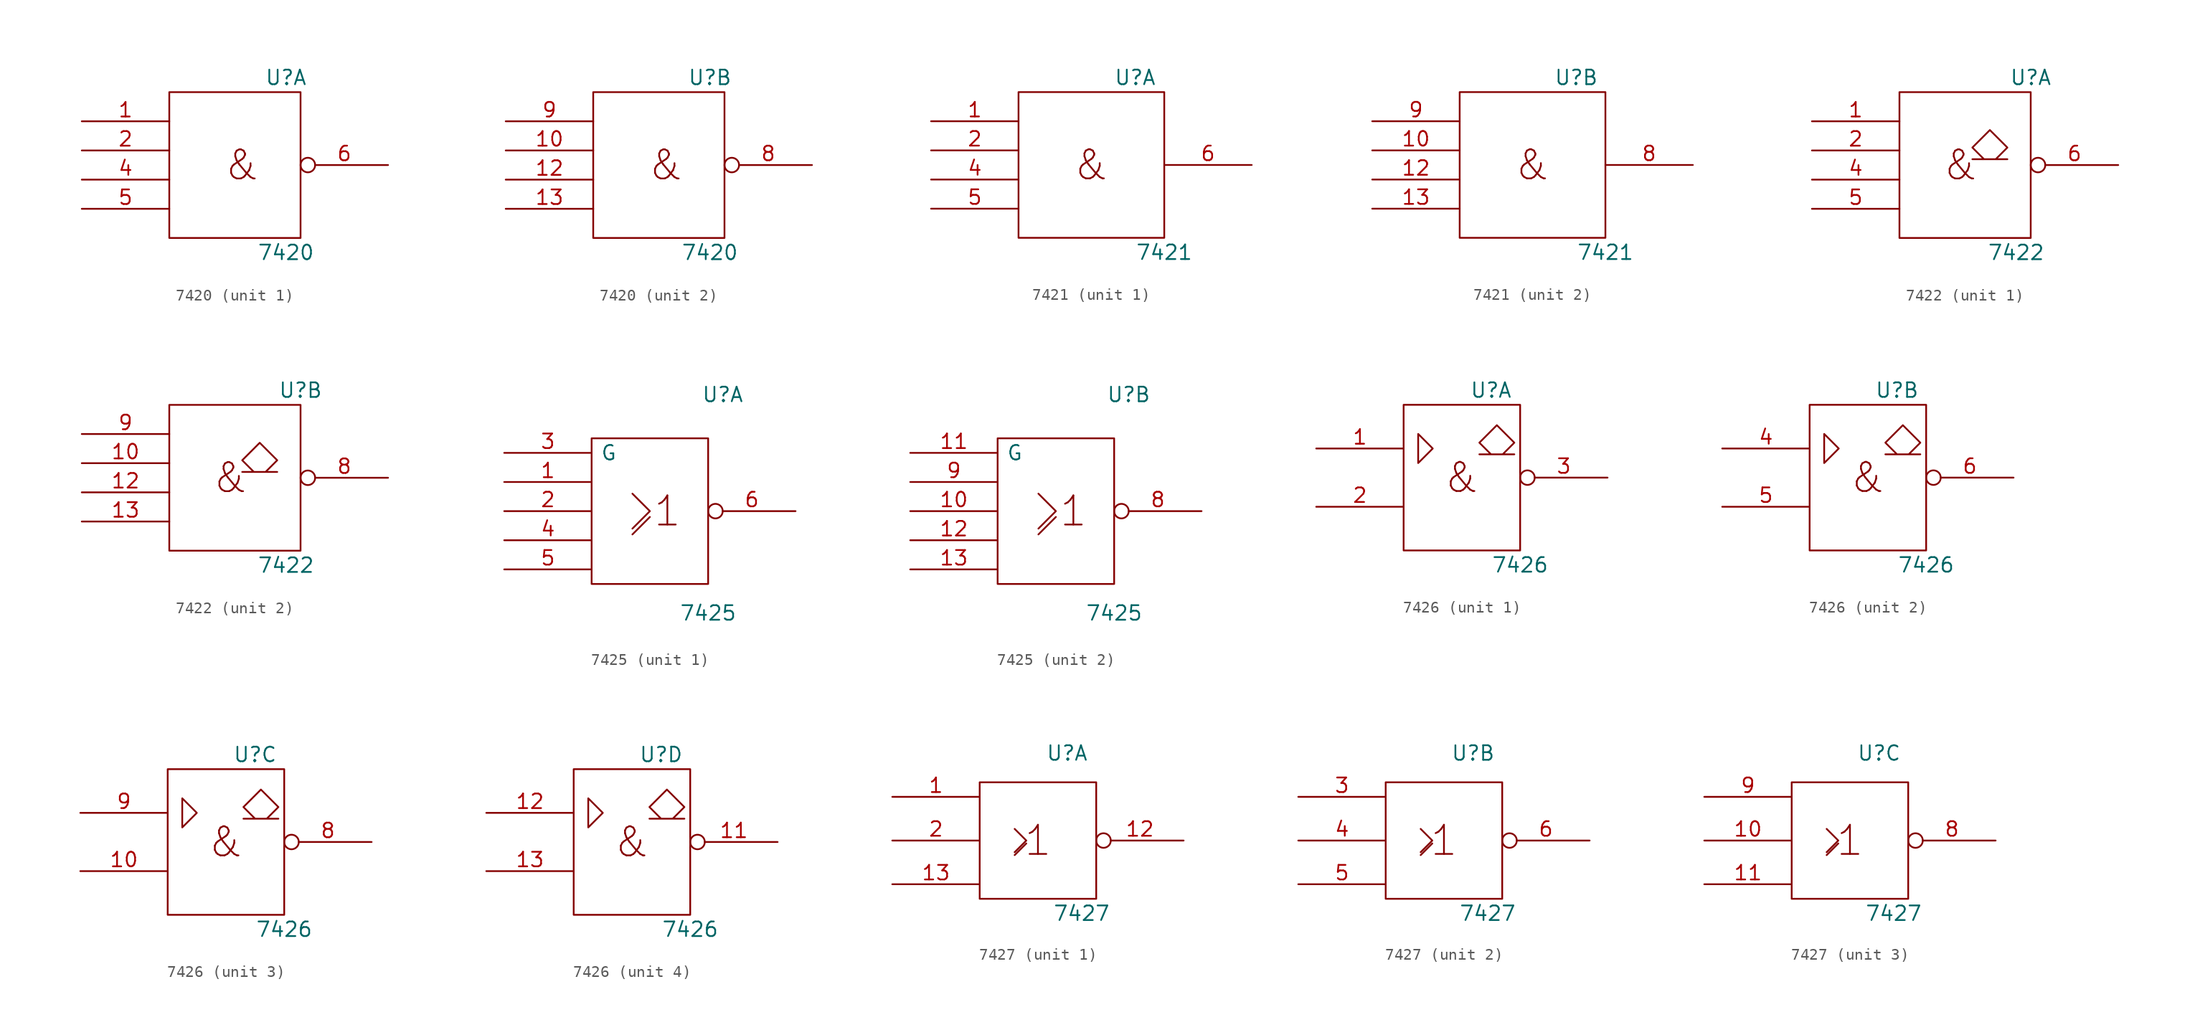
<source format=kicad_sym>
(kicad_symbol_lib
  (version 20201005)
  (generator kicad_symbol_editor)
  (symbol "74xx_IEEE:7420"
    (pin_names
      (offset 0.762))
    (property "Reference" "U"
      (at 3.81 7.62 0)
      (effects (font (size 1.27 1.27))))
    (property "Value" "7420"
      (at 3.81 -7.62 0)
      (effects (font (size 1.27 1.27))))
    (symbol "7420_0_0"
      (text "&" (at 0 0 0) (effects (font (size 2.54 2.54)))))
    (symbol "7420_0_1"
      (rectangle (start -6.35 6.35) (end 5.08 -6.35) (stroke (width 0)) (fill (type none)))
      (pin power_in line (at 0 6.35 270) (length 0) hide (name "Vcc" (effects (font (size 1.27 1.27)))) (number "14" (effects (font (size 1.27 1.27)))))
      (pin power_in line (at 0 -6.35 90) (length 0) hide (name "Gnd" (effects (font (size 1.27 1.27)))) (number "7" (effects (font (size 1.27 1.27))))))
    (symbol "7420_1_1"
      (pin input line (at -13.97 3.81 0) (length 7.62) (name "~" (effects (font (size 1.27 1.27)))) (number "1" (effects (font (size 1.27 1.27)))))
      (pin input line (at -13.97 1.27 0) (length 7.62) (name "~" (effects (font (size 1.27 1.27)))) (number "2" (effects (font (size 1.27 1.27)))))
      (pin input line (at -13.97 -1.27 0) (length 7.62) (name "~" (effects (font (size 1.27 1.27)))) (number "4" (effects (font (size 1.27 1.27)))))
      (pin input line (at -13.97 -3.81 0) (length 7.62) (name "~" (effects (font (size 1.27 1.27)))) (number "5" (effects (font (size 1.27 1.27)))))
      (pin output inverted (at 12.7 0 180) (length 7.62) (name "~" (effects (font (size 1.27 1.27)))) (number "6" (effects (font (size 1.27 1.27))))))
    (symbol "7420_2_1"
      (pin input line (at -13.97 1.27 0) (length 7.62) (name "~" (effects (font (size 1.27 1.27)))) (number "10" (effects (font (size 1.27 1.27)))))
      (pin input line (at -13.97 -1.27 0) (length 7.62) (name "~" (effects (font (size 1.27 1.27)))) (number "12" (effects (font (size 1.27 1.27)))))
      (pin input line (at -13.97 -3.81 0) (length 7.62) (name "~" (effects (font (size 1.27 1.27)))) (number "13" (effects (font (size 1.27 1.27)))))
      (pin output inverted (at 12.7 0 180) (length 7.62) (name "~" (effects (font (size 1.27 1.27)))) (number "8" (effects (font (size 1.27 1.27)))))
      (pin input line (at -13.97 3.81 0) (length 7.62) (name "~" (effects (font (size 1.27 1.27)))) (number "9" (effects (font (size 1.27 1.27)))))))
  (symbol "74xx_IEEE:7421"
    (pin_names
      (offset 0.762))
    (property "Reference" "U"
      (at 3.81 7.62 0)
      (effects (font (size 1.27 1.27))))
    (property "Value" "7421"
      (at 6.35 -7.62 0)
      (effects (font (size 1.27 1.27))))
    (symbol "7421_0_0"
      (text "&" (at 0 0 0) (effects (font (size 2.54 2.54)))))
    (symbol "7421_0_1"
      (rectangle (start -6.35 6.35) (end 6.35 -6.35) (stroke (width 0)) (fill (type none)))
      (pin power_in line (at 0 6.35 270) (length 0) hide (name "Vcc" (effects (font (size 1.27 1.27)))) (number "14" (effects (font (size 1.27 1.27)))))
      (pin power_in line (at 0 -6.35 90) (length 0) hide (name "Gnd" (effects (font (size 1.27 1.27)))) (number "7" (effects (font (size 1.27 1.27))))))
    (symbol "7421_1_1"
      (pin input line (at -13.97 3.81 0) (length 7.62) (name "~" (effects (font (size 1.27 1.27)))) (number "1" (effects (font (size 1.27 1.27)))))
      (pin input line (at -13.97 1.27 0) (length 7.62) (name "~" (effects (font (size 1.27 1.27)))) (number "2" (effects (font (size 1.27 1.27)))))
      (pin input line (at -13.97 -1.27 0) (length 7.62) (name "~" (effects (font (size 1.27 1.27)))) (number "4" (effects (font (size 1.27 1.27)))))
      (pin input line (at -13.97 -3.81 0) (length 7.62) (name "~" (effects (font (size 1.27 1.27)))) (number "5" (effects (font (size 1.27 1.27)))))
      (pin output line (at 13.97 0 180) (length 7.62) (name "~" (effects (font (size 1.27 1.27)))) (number "6" (effects (font (size 1.27 1.27))))))
    (symbol "7421_2_1"
      (pin input line (at -13.97 1.27 0) (length 7.62) (name "~" (effects (font (size 1.27 1.27)))) (number "10" (effects (font (size 1.27 1.27)))))
      (pin input line (at -13.97 -1.27 0) (length 7.62) (name "~" (effects (font (size 1.27 1.27)))) (number "12" (effects (font (size 1.27 1.27)))))
      (pin input line (at -13.97 -3.81 0) (length 7.62) (name "~" (effects (font (size 1.27 1.27)))) (number "13" (effects (font (size 1.27 1.27)))))
      (pin output line (at 13.97 0 180) (length 7.62) (name "~" (effects (font (size 1.27 1.27)))) (number "8" (effects (font (size 1.27 1.27)))))
      (pin input line (at -13.97 3.81 0) (length 7.62) (name "~" (effects (font (size 1.27 1.27)))) (number "9" (effects (font (size 1.27 1.27)))))))
  (symbol "74xx_IEEE:7422"
    (pin_names
      (offset 0.762))
    (property "Reference" "U"
      (at 5.08 7.62 0)
      (effects (font (size 1.27 1.27))))
    (property "Value" "7422"
      (at 3.81 -7.62 0)
      (effects (font (size 1.27 1.27))))
    (symbol "7422_0_0"
      (text "&" (at -1.016 0 0) (effects (font (size 2.54 2.54)))))
    (symbol "7422_0_1"
      (rectangle (start -6.35 6.35) (end 5.08 -6.35) (stroke (width 0)) (fill (type none)))
      (polyline (pts (xy 2.032 0.508) (xy 3.048 1.524) (xy 1.524 3.048) (xy 0 1.524) (xy 1.016 0.508) (xy 0 0.508) (xy 3.048 0.508) (xy 3.048 0.508)) (stroke (width 0)) (fill (type none)))
      (pin power_in line (at 0 6.35 270) (length 0) hide (name "Vcc" (effects (font (size 1.27 1.27)))) (number "14" (effects (font (size 1.27 1.27)))))
      (pin power_in line (at 0 -6.35 90) (length 0) hide (name "Gnd" (effects (font (size 1.27 1.27)))) (number "7" (effects (font (size 1.27 1.27))))))
    (symbol "7422_1_1"
      (pin input line (at -13.97 3.81 0) (length 7.62) (name "~" (effects (font (size 1.27 1.27)))) (number "1" (effects (font (size 1.27 1.27)))))
      (pin input line (at -13.97 1.27 0) (length 7.62) (name "~" (effects (font (size 1.27 1.27)))) (number "2" (effects (font (size 1.27 1.27)))))
      (pin input line (at -13.97 -1.27 0) (length 7.62) (name "~" (effects (font (size 1.27 1.27)))) (number "4" (effects (font (size 1.27 1.27)))))
      (pin input line (at -13.97 -3.81 0) (length 7.62) (name "~" (effects (font (size 1.27 1.27)))) (number "5" (effects (font (size 1.27 1.27)))))
      (pin open_collector inverted (at 12.7 0 180) (length 7.62) (name "~" (effects (font (size 1.27 1.27)))) (number "6" (effects (font (size 1.27 1.27))))))
    (symbol "7422_2_1"
      (pin input line (at -13.97 1.27 0) (length 7.62) (name "~" (effects (font (size 1.27 1.27)))) (number "10" (effects (font (size 1.27 1.27)))))
      (pin input line (at -13.97 -1.27 0) (length 7.62) (name "~" (effects (font (size 1.27 1.27)))) (number "12" (effects (font (size 1.27 1.27)))))
      (pin input line (at -13.97 -3.81 0) (length 7.62) (name "~" (effects (font (size 1.27 1.27)))) (number "13" (effects (font (size 1.27 1.27)))))
      (pin open_collector inverted (at 12.7 0 180) (length 7.62) (name "~" (effects (font (size 1.27 1.27)))) (number "8" (effects (font (size 1.27 1.27)))))
      (pin input line (at -13.97 3.81 0) (length 7.62) (name "~" (effects (font (size 1.27 1.27)))) (number "9" (effects (font (size 1.27 1.27)))))))
  (symbol "74xx_IEEE:7425"
    (pin_names
      (offset 0.762))
    (property "Reference" "U"
      (at 6.35 10.16 0)
      (effects (font (size 1.27 1.27))))
    (property "Value" "7425"
      (at 5.08 -8.89 0)
      (effects (font (size 1.27 1.27))))
    (symbol "7425_0_0"
      (text "1" (at 1.524 0 0) (effects (font (size 2.54 2.54))))
      (polyline (pts (xy -1.524 -2.032) (xy 0 -0.508) (xy 0 -0.508)) (stroke (width 0)) (fill (type none)))
      (polyline (pts (xy -1.524 1.524) (xy 0 0) (xy -1.524 -1.524) (xy -1.524 -1.524)) (stroke (width 0)) (fill (type none))))
    (symbol "7425_0_1"
      (rectangle (start -5.08 6.35) (end 5.08 -6.35) (stroke (width 0)) (fill (type none)))
      (pin power_in line (at 0 6.35 270) (length 0) hide (name "Vcc" (effects (font (size 1.27 1.27)))) (number "14" (effects (font (size 1.27 1.27)))))
      (pin power_in line (at 0 -6.35 90) (length 0) hide (name "Gnd" (effects (font (size 1.27 1.27)))) (number "7" (effects (font (size 1.27 1.27))))))
    (symbol "7425_1_1"
      (pin input line (at -12.7 2.54 0) (length 7.62) (name "~" (effects (font (size 1.27 1.27)))) (number "1" (effects (font (size 1.27 1.27)))))
      (pin input line (at -12.7 0 0) (length 7.62) (name "~" (effects (font (size 1.27 1.27)))) (number "2" (effects (font (size 1.27 1.27)))))
      (pin input line (at -12.7 5.08 0) (length 7.62) (name "G" (effects (font (size 1.27 1.27)))) (number "3" (effects (font (size 1.27 1.27)))))
      (pin input line (at -12.7 -2.54 0) (length 7.62) (name "~" (effects (font (size 1.27 1.27)))) (number "4" (effects (font (size 1.27 1.27)))))
      (pin input line (at -12.7 -5.08 0) (length 7.62) (name "~" (effects (font (size 1.27 1.27)))) (number "5" (effects (font (size 1.27 1.27)))))
      (pin output inverted (at 12.7 0 180) (length 7.62) (name "~" (effects (font (size 1.27 1.27)))) (number "6" (effects (font (size 1.27 1.27))))))
    (symbol "7425_2_1"
      (pin input line (at -12.7 0 0) (length 7.62) (name "~" (effects (font (size 1.27 1.27)))) (number "10" (effects (font (size 1.27 1.27)))))
      (pin input line (at -12.7 5.08 0) (length 7.62) (name "G" (effects (font (size 1.27 1.27)))) (number "11" (effects (font (size 1.27 1.27)))))
      (pin input line (at -12.7 -2.54 0) (length 7.62) (name "~" (effects (font (size 1.27 1.27)))) (number "12" (effects (font (size 1.27 1.27)))))
      (pin input line (at -12.7 -5.08 0) (length 7.62) (name "~" (effects (font (size 1.27 1.27)))) (number "13" (effects (font (size 1.27 1.27)))))
      (pin output inverted (at 12.7 0 180) (length 7.62) (name "~" (effects (font (size 1.27 1.27)))) (number "8" (effects (font (size 1.27 1.27)))))
      (pin input line (at -12.7 2.54 0) (length 7.62) (name "~" (effects (font (size 1.27 1.27)))) (number "9" (effects (font (size 1.27 1.27)))))))
  (symbol "74xx_IEEE:7426"
    (pin_names
      (offset 0.762))
    (property "Reference" "U"
      (at 2.54 7.62 0)
      (effects (font (size 1.27 1.27))))
    (property "Value" "7426"
      (at 5.08 -7.62 0)
      (effects (font (size 1.27 1.27))))
    (symbol "7426_0_0"
      (text "&" (at 0 0 0) (effects (font (size 2.54 2.54))))
      (polyline (pts (xy -3.81 3.81) (xy -3.81 1.27) (xy -2.54 2.54) (xy -3.81 3.81) (xy -3.81 3.81)) (stroke (width 0)) (fill (type none)))
      (polyline (pts (xy 2.54 2.032) (xy 1.524 3.048) (xy 3.048 4.572) (xy 4.572 3.048) (xy 3.556 2.032) (xy 4.572 2.032) (xy 1.524 2.032) (xy 1.524 2.032)) (stroke (width 0)) (fill (type none)))
      (pin power_in line (at 0 6.35 270) (length 0) hide (name "Vcc" (effects (font (size 1.27 1.27)))) (number "14" (effects (font (size 1.27 1.27))))))
    (symbol "7426_0_1"
      (rectangle (start -5.08 6.35) (end 5.08 -6.35) (stroke (width 0)) (fill (type none)))
      (pin power_in line (at 0 -6.35 90) (length 0) hide (name "GND" (effects (font (size 1.27 1.27)))) (number "7" (effects (font (size 1.27 1.27))))))
    (symbol "7426_1_1"
      (pin input line (at -12.7 2.54 0) (length 7.62) (name "~" (effects (font (size 1.27 1.27)))) (number "1" (effects (font (size 1.27 1.27)))))
      (pin input line (at -12.7 -2.54 0) (length 7.62) (name "~" (effects (font (size 1.27 1.27)))) (number "2" (effects (font (size 1.27 1.27)))))
      (pin open_collector inverted (at 12.7 0 180) (length 7.62) (name "~" (effects (font (size 1.27 1.27)))) (number "3" (effects (font (size 1.27 1.27))))))
    (symbol "7426_2_1"
      (pin input line (at -12.7 2.54 0) (length 7.62) (name "~" (effects (font (size 1.27 1.27)))) (number "4" (effects (font (size 1.27 1.27)))))
      (pin input line (at -12.7 -2.54 0) (length 7.62) (name "~" (effects (font (size 1.27 1.27)))) (number "5" (effects (font (size 1.27 1.27)))))
      (pin open_collector inverted (at 12.7 0 180) (length 7.62) (name "~" (effects (font (size 1.27 1.27)))) (number "6" (effects (font (size 1.27 1.27))))))
    (symbol "7426_3_1"
      (pin input line (at -12.7 -2.54 0) (length 7.62) (name "~" (effects (font (size 1.27 1.27)))) (number "10" (effects (font (size 1.27 1.27)))))
      (pin open_collector inverted (at 12.7 0 180) (length 7.62) (name "~" (effects (font (size 1.27 1.27)))) (number "8" (effects (font (size 1.27 1.27)))))
      (pin input line (at -12.7 2.54 0) (length 7.62) (name "~" (effects (font (size 1.27 1.27)))) (number "9" (effects (font (size 1.27 1.27))))))
    (symbol "7426_4_1"
      (pin open_collector inverted (at 12.7 0 180) (length 7.62) (name "~" (effects (font (size 1.27 1.27)))) (number "11" (effects (font (size 1.27 1.27)))))
      (pin input line (at -12.7 2.54 0) (length 7.62) (name "~" (effects (font (size 1.27 1.27)))) (number "12" (effects (font (size 1.27 1.27)))))
      (pin input line (at -12.7 -2.54 0) (length 7.62) (name "~" (effects (font (size 1.27 1.27)))) (number "13" (effects (font (size 1.27 1.27)))))))
  (symbol "74xx_IEEE:7427"
    (pin_names
      (offset 0.762))
    (property "Reference" "U"
      (at 2.54 7.62 0)
      (effects (font (size 1.27 1.27))))
    (property "Value" "7427"
      (at 3.81 -6.35 0)
      (effects (font (size 1.27 1.27))))
    (symbol "7427_0_0"
      (text "1" (at 0 0 0) (effects (font (size 2.54 2.54))))
      (polyline (pts (xy -2.032 -1.27) (xy -1.016 -0.254) (xy -1.016 -0.254)) (stroke (width 0)) (fill (type none)))
      (polyline (pts (xy -2.032 1.016) (xy -1.016 0) (xy -2.032 -1.016) (xy -2.032 -1.016)) (stroke (width 0)) (fill (type none))))
    (symbol "7427_0_1"
      (rectangle (start -5.08 5.08) (end 5.08 -5.08) (stroke (width 0)) (fill (type none)))
      (pin power_in line (at 0 5.08 270) (length 0) hide (name "Vcc" (effects (font (size 1.27 1.27)))) (number "14" (effects (font (size 1.27 1.27)))))
      (pin power_in line (at 0 -5.08 90) (length 0) hide (name "Gnd" (effects (font (size 1.27 1.27)))) (number "7" (effects (font (size 1.27 1.27))))))
    (symbol "7427_1_1"
      (pin input line (at -12.7 3.81 0) (length 7.62) (name "~" (effects (font (size 1.27 1.27)))) (number "1" (effects (font (size 1.27 1.27)))))
      (pin output inverted (at 12.7 0 180) (length 7.62) (name "~" (effects (font (size 1.27 1.27)))) (number "12" (effects (font (size 1.27 1.27)))))
      (pin input line (at -12.7 -3.81 0) (length 7.62) (name "~" (effects (font (size 1.27 1.27)))) (number "13" (effects (font (size 1.27 1.27)))))
      (pin input line (at -12.7 0 0) (length 7.62) (name "~" (effects (font (size 1.27 1.27)))) (number "2" (effects (font (size 1.27 1.27))))))
    (symbol "7427_2_1"
      (pin input line (at -12.7 3.81 0) (length 7.62) (name "~" (effects (font (size 1.27 1.27)))) (number "3" (effects (font (size 1.27 1.27)))))
      (pin input line (at -12.7 0 0) (length 7.62) (name "~" (effects (font (size 1.27 1.27)))) (number "4" (effects (font (size 1.27 1.27)))))
      (pin input line (at -12.7 -3.81 0) (length 7.62) (name "~" (effects (font (size 1.27 1.27)))) (number "5" (effects (font (size 1.27 1.27)))))
      (pin output inverted (at 12.7 0 180) (length 7.62) (name "~" (effects (font (size 1.27 1.27)))) (number "6" (effects (font (size 1.27 1.27))))))
    (symbol "7427_3_1"
      (pin input line (at -12.7 0 0) (length 7.62) (name "~" (effects (font (size 1.27 1.27)))) (number "10" (effects (font (size 1.27 1.27)))))
      (pin input line (at -12.7 -3.81 0) (length 7.62) (name "~" (effects (font (size 1.27 1.27)))) (number "11" (effects (font (size 1.27 1.27)))))
      (pin output inverted (at 12.7 0 180) (length 7.62) (name "~" (effects (font (size 1.27 1.27)))) (number "8" (effects (font (size 1.27 1.27)))))
      (pin input line (at -12.7 3.81 0) (length 7.62) (name "~" (effects (font (size 1.27 1.27)))) (number "9" (effects (font (size 1.27 1.27))))))))
</source>
